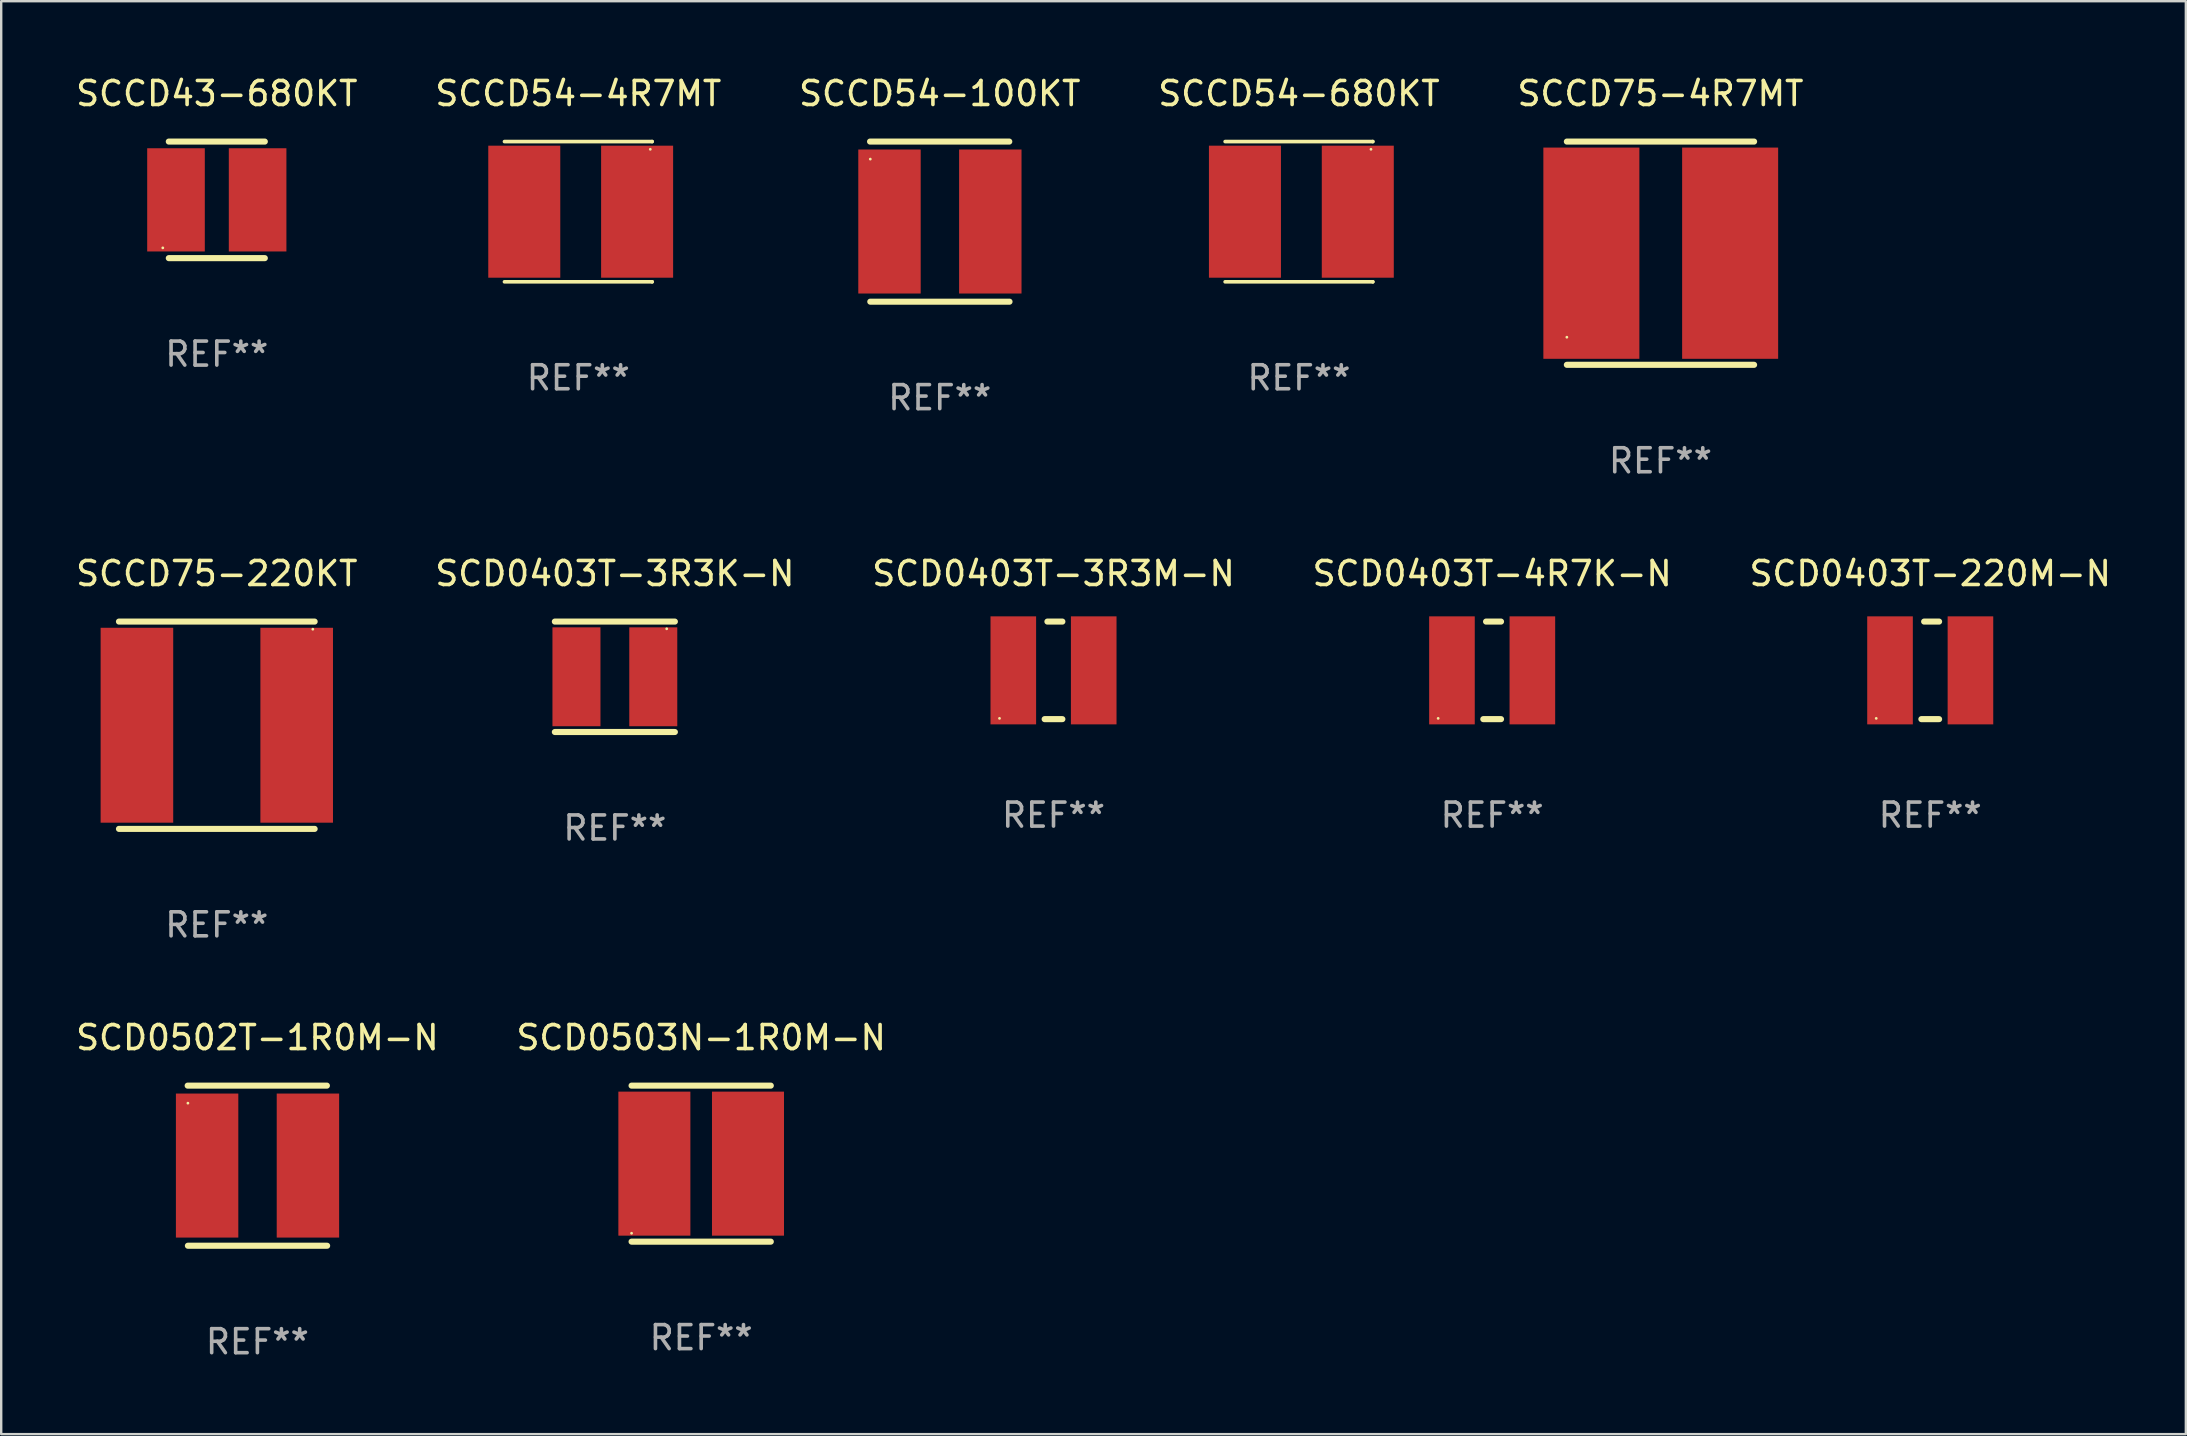
<source format=kicad_pcb>
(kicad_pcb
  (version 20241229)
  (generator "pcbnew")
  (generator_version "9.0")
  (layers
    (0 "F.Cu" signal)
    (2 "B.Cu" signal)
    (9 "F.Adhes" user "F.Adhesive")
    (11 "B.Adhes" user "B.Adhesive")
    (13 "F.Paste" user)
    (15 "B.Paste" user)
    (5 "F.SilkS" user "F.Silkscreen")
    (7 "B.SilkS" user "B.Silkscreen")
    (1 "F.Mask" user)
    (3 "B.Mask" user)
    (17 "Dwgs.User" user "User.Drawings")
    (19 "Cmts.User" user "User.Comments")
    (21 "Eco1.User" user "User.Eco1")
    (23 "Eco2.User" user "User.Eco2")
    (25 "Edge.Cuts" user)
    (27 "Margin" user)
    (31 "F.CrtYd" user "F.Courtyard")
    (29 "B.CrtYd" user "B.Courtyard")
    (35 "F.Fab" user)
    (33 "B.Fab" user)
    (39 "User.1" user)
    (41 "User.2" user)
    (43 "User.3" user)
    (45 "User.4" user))
  (footprint "SCD0502T-1R0M-N"
    (layer "F.Cu")
    (at 7.673 45.512)
    (property "Reference" "SCD0502T-1R0M-N" (at 0 -5.335 0) (layer "F.SilkS") (effects (font (size 1 1) (thickness 0.15))))
    (attr through_hole)
    (fp_line (start -2.905 -3.335) (end 2.895 -3.335) (stroke (width 0.254) (type solid)) (layer "F.SilkS"))
    (fp_line (start 2.905 3.335) (end -2.895 3.335) (stroke (width 0.254) (type solid)) (layer "F.SilkS"))
    (fp_circle (center -2.895 -2.605) (end -2.865 -2.605) (stroke (width 0.06) (type solid)) (fill no) (layer "F.SilkS"))
    (fp_text user "REF**" (at 0 7.335 0) (layer "F.Fab") (effects (font (size 1 1) (thickness 0.15))))
    (pad "1" smd rect (at -2.095 -0.005 90) (size 6 2.6) (layers "F.Cu" "F.Mask" "F.Paste"))
    (pad "2" smd rect (at 2.105 -0.005 90) (size 6 2.6) (layers "F.Cu" "F.Mask" "F.Paste")))
  (footprint "SCD0403T-220M-N"
    (layer "F.Cu")
    (at 77.363 24.877)
    (property "Reference" "SCD0403T-220M-N" (at 0 -4.032 0) (layer "F.SilkS") (effects (font (size 1 1) (thickness 0.15))))
    (attr through_hole)
    (fp_line (start -0.369 2.032) (end 0.369 2.032) (stroke (width 0.254) (type solid)) (layer "F.SilkS"))
    (fp_line (start -0.254 -2.032) (end 0.369 -2.032) (stroke (width 0.254) (type solid)) (layer "F.SilkS"))
    (fp_circle (center -2.25 2) (end -2.22 2) (stroke (width 0.06) (type solid)) (fill no) (layer "F.SilkS"))
    (fp_text user "REF**" (at 0 6.032 0) (layer "F.Fab") (effects (font (size 1 1) (thickness 0.15))))
    (pad "1" smd rect (at -1.675 0 90) (size 4.5 1.9) (layers "F.Cu" "F.Mask" "F.Paste"))
    (pad "2" smd rect (at 1.675 0 90) (size 4.5 1.9) (layers "F.Cu" "F.Mask" "F.Paste")))
  (footprint "SCCD54-4R7MT"
    (layer "F.Cu")
    (at 21.042 5.769)
    (property "Reference" "SCCD54-4R7MT" (at 0 -4.921 0) (layer "F.SilkS") (effects (font (size 1 1) (thickness 0.15))))
    (attr through_hole)
    (fp_line (start -3.076 2.921) (end 3.076 2.921) (stroke (width 0.152) (type solid)) (layer "F.SilkS"))
    (fp_line (start -3.076 -2.921) (end 3.076 -2.921) (stroke (width 0.152) (type solid)) (layer "F.SilkS"))
    (fp_line (start 3.076 2.921) (end 3.076 2.921) (stroke (width 0.152) (type solid)) (layer "F.SilkS"))
    (fp_line (start 3.076 -2.921) (end 3.076 -2.921) (stroke (width 0.152) (type solid)) (layer "F.SilkS"))
    (fp_circle (center 2.999 -2.6) (end 3.029 -2.6) (stroke (width 0.06) (type solid)) (fill no) (layer "F.SilkS"))
    (fp_text user "REF**" (at 0 6.921 0) (layer "F.Fab") (effects (font (size 1 1) (thickness 0.15))))
    (pad "1" smd rect (at 2.45 -0.000013) (size 3 5.5) (layers "F.Cu" "F.Mask" "F.Paste"))
    (pad "2" smd rect (at -2.251 -0.000013) (size 3 5.5) (layers "F.Cu" "F.Mask" "F.Paste")))
  (footprint "SCCD54-680KT"
    (layer "F.Cu")
    (at 51.065 5.769)
    (property "Reference" "SCCD54-680KT" (at 0 -4.921 0) (layer "F.SilkS") (effects (font (size 1 1) (thickness 0.15))))
    (attr through_hole)
    (fp_line (start -3.076 2.921) (end 3.076 2.921) (stroke (width 0.152) (type solid)) (layer "F.SilkS"))
    (fp_line (start -3.076 -2.921) (end 3.076 -2.921) (stroke (width 0.152) (type solid)) (layer "F.SilkS"))
    (fp_line (start 3.076 2.921) (end 3.076 2.921) (stroke (width 0.152) (type solid)) (layer "F.SilkS"))
    (fp_line (start 3.076 -2.921) (end 3.076 -2.921) (stroke (width 0.152) (type solid)) (layer "F.SilkS"))
    (fp_circle (center 2.999 -2.6) (end 3.029 -2.6) (stroke (width 0.06) (type solid)) (fill no) (layer "F.SilkS"))
    (fp_text user "REF**" (at 0 6.921 0) (layer "F.Fab") (effects (font (size 1 1) (thickness 0.15))))
    (pad "1" smd rect (at 2.45 -0.000013) (size 3 5.5) (layers "F.Cu" "F.Mask" "F.Paste"))
    (pad "2" smd rect (at -2.251 -0.000013) (size 3 5.5) (layers "F.Cu" "F.Mask" "F.Paste")))
  (footprint "SCCD54-100KT"
    (layer "F.Cu")
    (at 36.101 6.183)
    (property "Reference" "SCCD54-100KT" (at 0 -5.335 0) (layer "F.SilkS") (effects (font (size 1 1) (thickness 0.15))))
    (attr through_hole)
    (fp_line (start -2.905 -3.335) (end 2.895 -3.335) (stroke (width 0.254) (type solid)) (layer "F.SilkS"))
    (fp_line (start 2.905 3.335) (end -2.895 3.335) (stroke (width 0.254) (type solid)) (layer "F.SilkS"))
    (fp_circle (center -2.895 -2.605) (end -2.865 -2.605) (stroke (width 0.06) (type solid)) (fill no) (layer "F.SilkS"))
    (fp_text user "REF**" (at 0 7.335 0) (layer "F.Fab") (effects (font (size 1 1) (thickness 0.15))))
    (pad "1" smd rect (at -2.095 -0.005 90) (size 6 2.6) (layers "F.Cu" "F.Mask" "F.Paste"))
    (pad "2" smd rect (at 2.105 -0.005 90) (size 6 2.6) (layers "F.Cu" "F.Mask" "F.Paste")))
  (footprint "SCD0503N-1R0M-N"
    (layer "F.Cu")
    (at 26.161 45.427)
    (property "Reference" "SCD0503N-1R0M-N" (at 0 -5.25 0) (layer "F.SilkS") (effects (font (size 1 1) (thickness 0.15))))
    (attr through_hole)
    (fp_line (start -2.9 -3.25) (end 2.9 -3.25) (stroke (width 0.254) (type solid)) (layer "F.SilkS"))
    (fp_line (start -2.9 3.25) (end 2.9 3.25) (stroke (width 0.254) (type solid)) (layer "F.SilkS"))
    (fp_circle (center -2.9 2.9) (end -2.87 2.9) (stroke (width 0.06) (type solid)) (fill no) (layer "F.SilkS"))
    (fp_text user "REF**" (at 0 7.25 0) (layer "F.Fab") (effects (font (size 1 1) (thickness 0.15))))
    (pad "1" smd rect (at -1.95 0 90) (size 6 3) (layers "F.Cu" "F.Mask" "F.Paste"))
    (pad "2" smd rect (at 1.95 0 90) (size 6 3) (layers "F.Cu" "F.Mask" "F.Paste")))
  (footprint "SCD0403T-3R3K-N"
    (layer "F.Cu")
    (at 22.565 25.145)
    (property "Reference" "SCD0403T-3R3K-N" (at 0 -4.3 0) (layer "F.SilkS") (effects (font (size 1 1) (thickness 0.15))))
    (attr through_hole)
    (fp_line (start -2.5 -2.3) (end 2.5 -2.3) (stroke (width 0.254) (type solid)) (layer "F.SilkS"))
    (fp_line (start -2.5 2.3) (end 2.5 2.3) (stroke (width 0.254) (type solid)) (layer "F.SilkS"))
    (fp_circle (center 2.16 -2) (end 2.19 -2) (stroke (width 0.06) (type solid)) (fill no) (layer "F.SilkS"))
    (fp_text user "REF**" (at 0 6.3 0) (layer "F.Fab") (effects (font (size 1 1) (thickness 0.15))))
    (pad "1" smd rect (at 1.6 0) (size 2 4.12) (layers "F.Cu" "F.Mask" "F.Paste"))
    (pad "2" smd rect (at -1.6 0) (size 2 4.12) (layers "F.Cu" "F.Mask" "F.Paste")))
  (footprint "SCCD43-680KT"
    (layer "F.Cu")
    (at 5.982 5.276)
    (property "Reference" "SCCD43-680KT" (at 0 -4.428 0) (layer "F.SilkS") (effects (font (size 1 1) (thickness 0.15))))
    (attr through_hole)
    (fp_line (start -2 -2.428) (end 2 -2.428) (stroke (width 0.254) (type solid)) (layer "F.SilkS"))
    (fp_line (start 2 2.428) (end -2 2.428) (stroke (width 0.254) (type solid)) (layer "F.SilkS"))
    (fp_circle (center -2.25 2) (end -2.22 2) (stroke (width 0.06) (type solid)) (fill no) (layer "F.SilkS"))
    (fp_text user "REF**" (at 0 6.428 0) (layer "F.Fab") (effects (font (size 1 1) (thickness 0.15))))
    (pad "1" smd rect (at -1.7 0 90) (size 4.3 2.4) (layers "F.Cu" "F.Mask" "F.Paste"))
    (pad "2" smd rect (at 1.7 0 90) (size 4.3 2.4) (layers "F.Cu" "F.Mask" "F.Paste")))
  (footprint "SCD0403T-3R3M-N"
    (layer "F.Cu")
    (at 40.839 24.877)
    (property "Reference" "SCD0403T-3R3M-N" (at 0 -4.032 0) (layer "F.SilkS") (effects (font (size 1 1) (thickness 0.15))))
    (attr through_hole)
    (fp_line (start -0.369 2.032) (end 0.369 2.032) (stroke (width 0.254) (type solid)) (layer "F.SilkS"))
    (fp_line (start -0.254 -2.032) (end 0.369 -2.032) (stroke (width 0.254) (type solid)) (layer "F.SilkS"))
    (fp_circle (center -2.25 2) (end -2.22 2) (stroke (width 0.06) (type solid)) (fill no) (layer "F.SilkS"))
    (fp_text user "REF**" (at 0 6.032 0) (layer "F.Fab") (effects (font (size 1 1) (thickness 0.15))))
    (pad "1" smd rect (at -1.675 0 90) (size 4.5 1.9) (layers "F.Cu" "F.Mask" "F.Paste"))
    (pad "2" smd rect (at 1.675 0 90) (size 4.5 1.9) (layers "F.Cu" "F.Mask" "F.Paste")))
  (footprint "SCCD75-4R7MT"
    (layer "F.Cu")
    (at 66.125 7.498)
    (property "Reference" "SCCD75-4R7MT" (at 0 -6.65 0) (layer "F.SilkS") (effects (font (size 1 1) (thickness 0.15))))
    (attr through_hole)
    (fp_line (start -3.9 -4.65) (end 3.9 -4.65) (stroke (width 0.254) (type solid)) (layer "F.SilkS"))
    (fp_line (start -3.9 4.65) (end 3.9 4.65) (stroke (width 0.254) (type solid)) (layer "F.SilkS"))
    (fp_circle (center -3.9 3.5) (end -3.87 3.5) (stroke (width 0.06) (type solid)) (fill no) (layer "F.SilkS"))
    (fp_text user "REF**" (at 0 8.65 0) (layer "F.Fab") (effects (font (size 1 1) (thickness 0.15))))
    (pad "1" smd rect (at -2.879 0) (size 4 8.8) (layers "F.Cu" "F.Mask" "F.Paste"))
    (pad "2" smd rect (at 2.902 0) (size 4 8.8) (layers "F.Cu" "F.Mask" "F.Paste")))
  (footprint "SCCD75-220KT"
    (layer "F.Cu")
    (at 5.982 27.163)
    (property "Reference" "SCCD75-220KT" (at 0 -6.318 0) (layer "F.SilkS") (effects (font (size 1 1) (thickness 0.15))))
    (attr through_hole)
    (fp_line (start -4.076 -4.318) (end 4.076 -4.318) (stroke (width 0.254) (type solid)) (layer "F.SilkS"))
    (fp_line (start -4.076 4.318) (end 4.076 4.318) (stroke (width 0.254) (type solid)) (layer "F.SilkS"))
    (fp_circle (center 4 -4) (end 4.03 -4) (stroke (width 0.06) (type solid)) (fill no) (layer "F.SilkS"))
    (fp_text user "REF**" (at 0 8.318 0) (layer "F.Fab") (effects (font (size 1 1) (thickness 0.15))))
    (pad "1" smd rect (at 3.328 0) (size 3.024 8.12) (layers "F.Cu" "F.Mask" "F.Paste"))
    (pad "2" smd rect (at -3.328 0) (size 3.024 8.12) (layers "F.Cu" "F.Mask" "F.Paste")))
  (footprint "SCD0403T-4R7K-N"
    (layer "F.Cu")
    (at 59.113 24.877)
    (property "Reference" "SCD0403T-4R7K-N" (at 0 -4.032 0) (layer "F.SilkS") (effects (font (size 1 1) (thickness 0.15))))
    (attr through_hole)
    (fp_line (start -0.369 2.032) (end 0.369 2.032) (stroke (width 0.254) (type solid)) (layer "F.SilkS"))
    (fp_line (start -0.254 -2.032) (end 0.369 -2.032) (stroke (width 0.254) (type solid)) (layer "F.SilkS"))
    (fp_circle (center -2.25 2) (end -2.22 2) (stroke (width 0.06) (type solid)) (fill no) (layer "F.SilkS"))
    (fp_text user "REF**" (at 0 6.032 0) (layer "F.Fab") (effects (font (size 1 1) (thickness 0.15))))
    (pad "1" smd rect (at -1.675 0 90) (size 4.5 1.9) (layers "F.Cu" "F.Mask" "F.Paste"))
    (pad "2" smd rect (at 1.675 0 90) (size 4.5 1.9) (layers "F.Cu" "F.Mask" "F.Paste")))
  (gr_rect
    (start -3 -3)
    (end 88.012 56.696)
    (stroke (width 0.1) (type default))
    (fill no)
    (layer "Edge.Cuts")))
</source>
